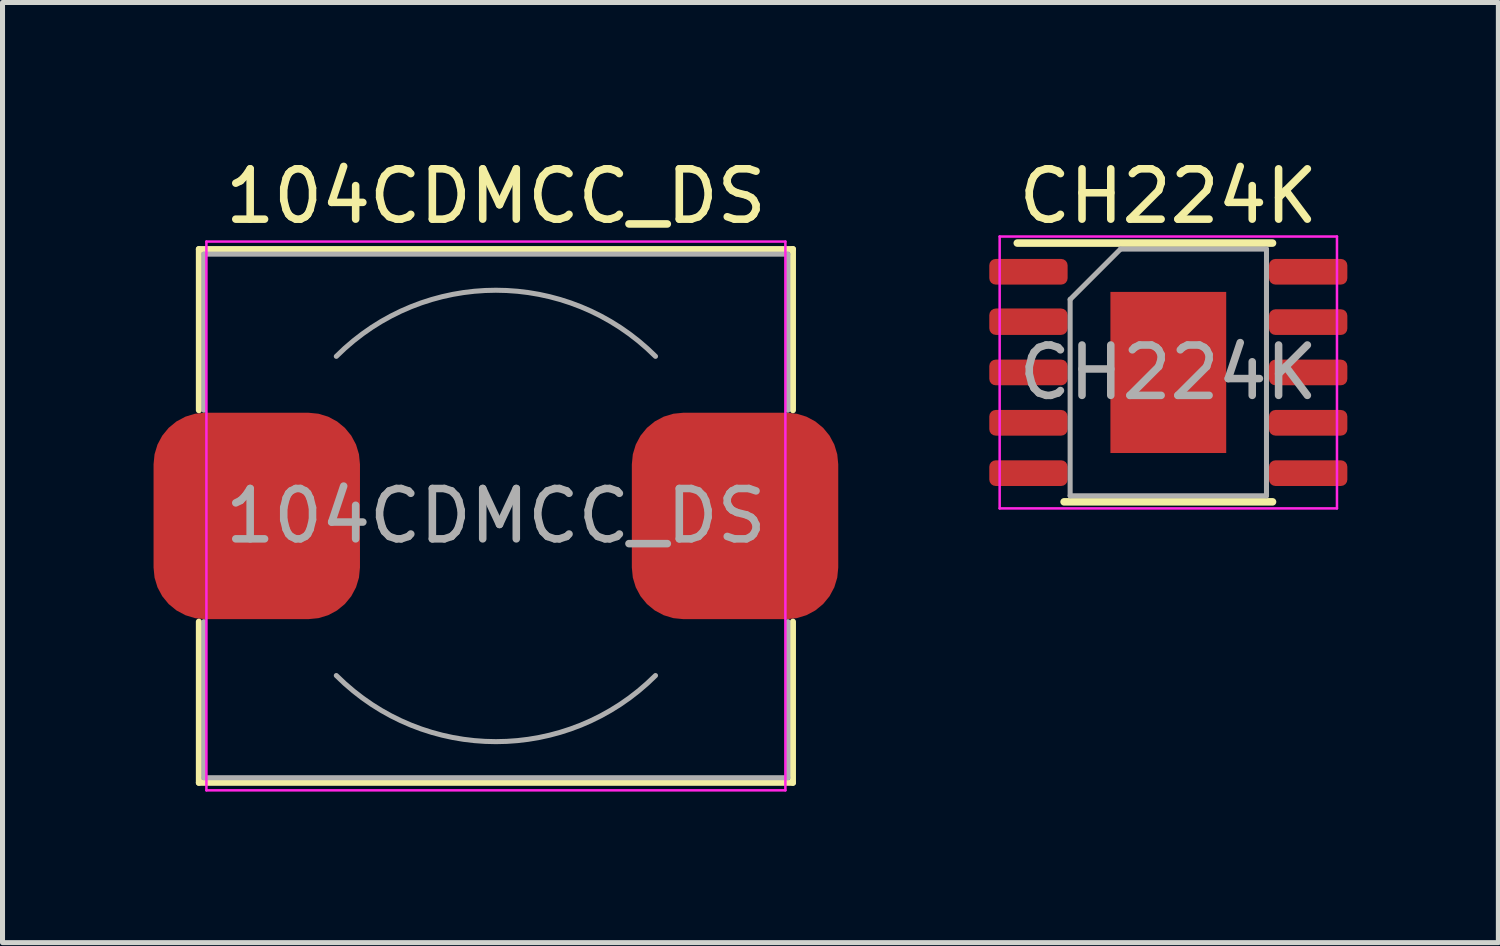
<source format=kicad_pcb>
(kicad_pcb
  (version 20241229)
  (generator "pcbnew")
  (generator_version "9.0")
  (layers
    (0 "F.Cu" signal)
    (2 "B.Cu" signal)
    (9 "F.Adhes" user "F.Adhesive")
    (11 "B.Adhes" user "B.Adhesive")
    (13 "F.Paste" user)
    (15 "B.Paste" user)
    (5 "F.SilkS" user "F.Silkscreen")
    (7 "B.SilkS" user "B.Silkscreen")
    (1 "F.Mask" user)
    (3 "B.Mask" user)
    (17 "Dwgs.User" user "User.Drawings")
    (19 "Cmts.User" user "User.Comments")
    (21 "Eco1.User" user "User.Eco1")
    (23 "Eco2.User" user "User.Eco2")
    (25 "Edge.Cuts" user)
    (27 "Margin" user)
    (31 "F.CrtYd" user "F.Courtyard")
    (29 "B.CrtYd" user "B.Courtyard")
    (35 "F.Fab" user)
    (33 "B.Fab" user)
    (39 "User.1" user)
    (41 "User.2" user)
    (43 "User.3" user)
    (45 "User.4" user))
  (footprint "104CDMCC_DS"
    (layer "F.Cu")
    (at 6.8 7.198)
    (property "Reference" "104CDMCC_DS" (at 0 -6.35 0) (layer "F.SilkS") (effects (font (size 1 1) (thickness 0.15))))
    (attr smd)
    (fp_line (start -5.9 -5.3) (end 5.9 -5.3) (stroke (width 0.12) (type solid)) (layer "F.SilkS"))
    (fp_line (start -5.9 -2.1) (end -5.9 -5.3) (stroke (width 0.12) (type solid)) (layer "F.SilkS"))
    (fp_line (start -5.9 5.3) (end -5.9 2.1) (stroke (width 0.12) (type solid)) (layer "F.SilkS"))
    (fp_line (start 5.9 -5.3) (end 5.9 -2.1) (stroke (width 0.12) (type solid)) (layer "F.SilkS"))
    (fp_line (start 5.9 2.1) (end 5.9 5.3) (stroke (width 0.12) (type solid)) (layer "F.SilkS"))
    (fp_line (start 5.9 5.3) (end -5.9 5.3) (stroke (width 0.12) (type solid)) (layer "F.SilkS"))
    (fp_line (start -5.75 -5.45) (end -5.75 5.45) (stroke (width 0.05) (type solid)) (layer "F.CrtYd"))
    (fp_line (start -5.75 5.45) (end 5.75 5.45) (stroke (width 0.05) (type solid)) (layer "F.CrtYd"))
    (fp_line (start 5.75 -5.45) (end -5.75 -5.45) (stroke (width 0.05) (type solid)) (layer "F.CrtYd"))
    (fp_line (start 5.75 5.45) (end 5.75 -5.45) (stroke (width 0.05) (type solid)) (layer "F.CrtYd"))
    (fp_line (start -5.8 -5.2) (end -5.8 -2.1) (stroke (width 0.1) (type solid)) (layer "F.Fab"))
    (fp_line (start -5.8 -5.2) (end 5.8 -5.2) (stroke (width 0.1) (type solid)) (layer "F.Fab"))
    (fp_line (start -5.8 5.2) (end -5.8 2.1) (stroke (width 0.1) (type solid)) (layer "F.Fab"))
    (fp_line (start -5.8 5.2) (end 5.8 5.2) (stroke (width 0.1) (type solid)) (layer "F.Fab"))
    (fp_line (start 5.8 -5.2) (end 5.8 -2.1) (stroke (width 0.1) (type solid)) (layer "F.Fab"))
    (fp_line (start 5.8 5.2) (end 5.8 2.1) (stroke (width 0.1) (type solid)) (layer "F.Fab"))
    (fp_arc (start -3.17 -3.17) (mid 0 -4.483057) (end 3.17 -3.17) (stroke (width 0.1) (type solid)) (layer "F.Fab"))
    (fp_arc (start 3.17 3.17) (mid 0 4.483057) (end -3.17 3.17) (stroke (width 0.1) (type solid)) (layer "F.Fab"))
    (fp_text user "${REFERENCE}" (at 0 0 0) (layer "F.Fab") (effects (font (size 1 1) (thickness 0.15))))
    (pad "1" smd roundrect (at -4.75 0) (size 4.1 4.1) (layers "F.Cu" "F.Mask" "F.Paste") (roundrect_rratio 0.25))
    (pad "2" smd roundrect (at 4.75 0) (size 4.1 4.1) (layers "F.Cu" "F.Mask" "F.Paste") (roundrect_rratio 0.25)))
  (footprint "CH224K"
    (layer "F.Cu")
    (at 20.156 4.348)
    (property "Reference" "CH224K" (at 0 -3.5 0) (layer "F.SilkS") (effects (font (size 1 1) (thickness 0.15))))
    (attr smd)
    (fp_line (start -3 -2.57) (end 2.07 -2.57) (stroke (width 0.15) (type solid)) (layer "F.SilkS"))
    (fp_line (start -2.07 2.57) (end 2.07 2.57) (stroke (width 0.15) (type solid)) (layer "F.SilkS"))
    (fp_line (start -3.35 -2.7) (end -3.35 2.7) (stroke (width 0.05) (type solid)) (layer "F.CrtYd"))
    (fp_line (start -3.35 -2.7) (end 3.35 -2.7) (stroke (width 0.05) (type solid)) (layer "F.CrtYd"))
    (fp_line (start -3.35 2.7) (end 3.35 2.7) (stroke (width 0.05) (type solid)) (layer "F.CrtYd"))
    (fp_line (start 3.35 -2.7) (end 3.35 2.7) (stroke (width 0.05) (type solid)) (layer "F.CrtYd"))
    (fp_line (start -1.95 -1.45) (end -0.95 -2.45) (stroke (width 0.1) (type solid)) (layer "F.Fab"))
    (fp_line (start -1.95 2.45) (end -1.95 -1.45) (stroke (width 0.1) (type solid)) (layer "F.Fab"))
    (fp_line (start -0.95 -2.45) (end 1.95 -2.45) (stroke (width 0.1) (type solid)) (layer "F.Fab"))
    (fp_line (start 1.95 -2.45) (end 1.95 2.45) (stroke (width 0.1) (type solid)) (layer "F.Fab"))
    (fp_line (start 1.95 2.45) (end -1.95 2.45) (stroke (width 0.1) (type solid)) (layer "F.Fab"))
    (fp_text user "${REFERENCE}" (at 0 0 0) (layer "F.Fab") (effects (font (size 1 1) (thickness 0.15))))
    (pad "1" smd roundrect (at -2.778 -2) (size 1.556 0.51) (layers "F.Cu" "F.Mask" "F.Paste") (roundrect_rratio 0.25))
    (pad "2" smd roundrect (at -2.778 -1.008) (size 1.556 0.525) (layers "F.Cu" "F.Mask" "F.Paste") (roundrect_rratio 0.25))
    (pad "3" smd roundrect (at -2.778 0) (size 1.556 0.51) (layers "F.Cu" "F.Mask" "F.Paste") (roundrect_rratio 0.25))
    (pad "4" smd roundrect (at -2.778 1) (size 1.556 0.51) (layers "F.Cu" "F.Mask" "F.Paste") (roundrect_rratio 0.25))
    (pad "5" smd roundrect (at -2.778 2) (size 1.556 0.51) (layers "F.Cu" "F.Mask" "F.Paste") (roundrect_rratio 0.25))
    (pad "6" smd roundrect (at 2.778 2) (size 1.556 0.51) (layers "F.Cu" "F.Mask" "F.Paste") (roundrect_rratio 0.25))
    (pad "7" smd roundrect (at 2.778 1) (size 1.556 0.51) (layers "F.Cu" "F.Mask" "F.Paste") (roundrect_rratio 0.25))
    (pad "8" smd roundrect (at 2.778 0) (size 1.556 0.51) (layers "F.Cu" "F.Mask" "F.Paste") (roundrect_rratio 0.25))
    (pad "9" smd roundrect (at 2.778 -1) (size 1.556 0.51) (layers "F.Cu" "F.Mask" "F.Paste") (roundrect_rratio 0.25))
    (pad "10" smd roundrect (at 2.778 -2) (size 1.556 0.51) (layers "F.Cu" "F.Mask" "F.Paste") (roundrect_rratio 0.25))
    (pad "11" smd rect (at 0 0) (size 2.3 3.2) (layers "F.Cu" "F.Mask" "F.Paste")))
  (gr_rect
    (start -3 -3)
    (end 26.712 15.673)
    (stroke (width 0.1) (type default))
    (fill no)
    (layer "Edge.Cuts")))
</source>
